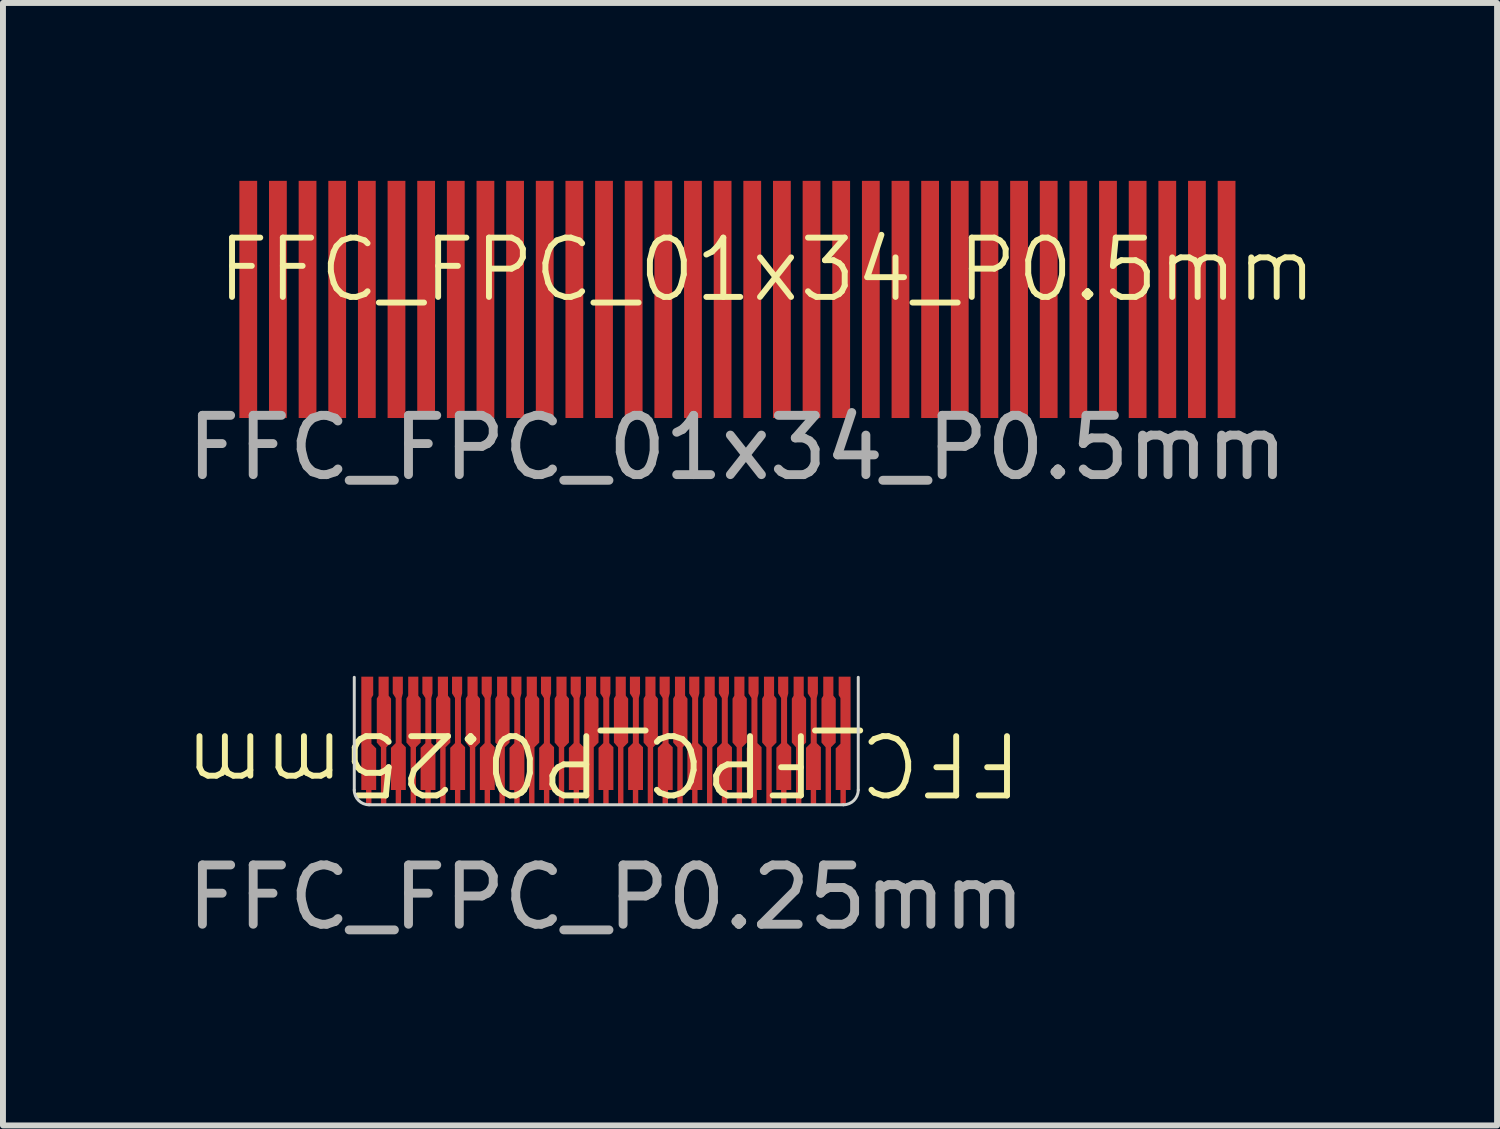
<source format=kicad_pcb>
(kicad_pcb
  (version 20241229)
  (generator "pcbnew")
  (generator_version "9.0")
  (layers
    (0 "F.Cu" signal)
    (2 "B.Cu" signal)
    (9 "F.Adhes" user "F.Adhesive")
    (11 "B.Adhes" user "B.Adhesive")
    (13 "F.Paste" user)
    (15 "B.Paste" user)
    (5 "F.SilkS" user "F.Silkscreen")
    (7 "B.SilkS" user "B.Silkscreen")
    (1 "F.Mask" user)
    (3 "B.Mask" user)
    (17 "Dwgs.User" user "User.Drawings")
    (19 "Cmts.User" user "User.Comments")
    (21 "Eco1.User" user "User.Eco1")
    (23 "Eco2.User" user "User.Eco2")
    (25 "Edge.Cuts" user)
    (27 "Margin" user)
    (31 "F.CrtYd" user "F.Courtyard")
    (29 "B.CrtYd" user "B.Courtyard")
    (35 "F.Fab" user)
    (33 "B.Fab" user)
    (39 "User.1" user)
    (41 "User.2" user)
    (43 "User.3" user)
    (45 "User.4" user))
  (footprint "FFC_FPC_01x34_P0.5mm"
    (layer "F.Cu")
    (at 9.387 2)
    (property "Reference" "FFC_FPC_01x34_P0.5mm" (at 0.5 -0.5 0) (unlocked yes) (layer "F.SilkS") (effects (font (size 1 1) (thickness 0.1))))
    (attr smd)
    (fp_text user "${REFERENCE}" (at 0 2.5 0) (unlocked yes) (layer "F.Fab") (effects (font (size 1 1) (thickness 0.15))))
    (pad "1" smd rect (at -8.25 0) (size 0.3 4) (layers "F.Cu" "F.Mask" "F.Paste"))
    (pad "2" smd rect (at -7.75 0) (size 0.3 4) (layers "F.Cu" "F.Mask" "F.Paste"))
    (pad "3" smd rect (at -7.25 0) (size 0.3 4) (layers "F.Cu" "F.Mask" "F.Paste"))
    (pad "4" smd rect (at -6.75 0) (size 0.3 4) (layers "F.Cu" "F.Mask" "F.Paste"))
    (pad "5" smd rect (at -6.25 0) (size 0.3 4) (layers "F.Cu" "F.Mask" "F.Paste"))
    (pad "6" smd rect (at -5.75 0) (size 0.3 4) (layers "F.Cu" "F.Mask" "F.Paste"))
    (pad "7" smd rect (at -5.25 0) (size 0.3 4) (layers "F.Cu" "F.Mask" "F.Paste"))
    (pad "8" smd rect (at -4.75 0) (size 0.3 4) (layers "F.Cu" "F.Mask" "F.Paste"))
    (pad "9" smd rect (at -4.25 0) (size 0.3 4) (layers "F.Cu" "F.Mask" "F.Paste"))
    (pad "10" smd rect (at -3.75 0) (size 0.3 4) (layers "F.Cu" "F.Mask" "F.Paste"))
    (pad "11" smd rect (at -3.25 0) (size 0.3 4) (layers "F.Cu" "F.Mask" "F.Paste"))
    (pad "12" smd rect (at -2.75 0) (size 0.3 4) (layers "F.Cu" "F.Mask" "F.Paste"))
    (pad "13" smd rect (at -2.25 0) (size 0.3 4) (layers "F.Cu" "F.Mask" "F.Paste"))
    (pad "14" smd rect (at -1.75 0) (size 0.3 4) (layers "F.Cu" "F.Mask" "F.Paste"))
    (pad "15" smd rect (at -1.25 0) (size 0.3 4) (layers "F.Cu" "F.Mask" "F.Paste"))
    (pad "16" smd rect (at -0.75 0) (size 0.3 4) (layers "F.Cu" "F.Mask" "F.Paste"))
    (pad "17" smd rect (at -0.25 0) (size 0.3 4) (layers "F.Cu" "F.Mask" "F.Paste"))
    (pad "18" smd rect (at 0.25 0) (size 0.3 4) (layers "F.Cu" "F.Mask" "F.Paste"))
    (pad "19" smd rect (at 0.75 0) (size 0.3 4) (layers "F.Cu" "F.Mask" "F.Paste"))
    (pad "20" smd rect (at 1.25 0) (size 0.3 4) (layers "F.Cu" "F.Mask" "F.Paste"))
    (pad "21" smd rect (at 1.75 0) (size 0.3 4) (layers "F.Cu" "F.Mask" "F.Paste"))
    (pad "22" smd rect (at 2.25 0) (size 0.3 4) (layers "F.Cu" "F.Mask" "F.Paste"))
    (pad "23" smd rect (at 2.75 0) (size 0.3 4) (layers "F.Cu" "F.Mask" "F.Paste"))
    (pad "24" smd rect (at 3.25 0) (size 0.3 4) (layers "F.Cu" "F.Mask" "F.Paste"))
    (pad "25" smd rect (at 3.75 0) (size 0.3 4) (layers "F.Cu" "F.Mask" "F.Paste"))
    (pad "26" smd rect (at 4.25 0) (size 0.3 4) (layers "F.Cu" "F.Mask" "F.Paste"))
    (pad "27" smd rect (at 4.75 0) (size 0.3 4) (layers "F.Cu" "F.Mask" "F.Paste"))
    (pad "28" smd rect (at 5.25 0) (size 0.3 4) (layers "F.Cu" "F.Mask" "F.Paste"))
    (pad "29" smd rect (at 5.75 0) (size 0.3 4) (layers "F.Cu" "F.Mask" "F.Paste"))
    (pad "30" smd rect (at 6.25 0) (size 0.3 4) (layers "F.Cu" "F.Mask" "F.Paste"))
    (pad "31" smd rect (at 6.75 0) (size 0.3 4) (layers "F.Cu" "F.Mask" "F.Paste"))
    (pad "32" smd rect (at 7.25 0) (size 0.3 4) (layers "F.Cu" "F.Mask" "F.Paste"))
    (pad "33" smd rect (at 7.75 0) (size 0.3 4) (layers "F.Cu" "F.Mask" "F.Paste"))
    (pad "34" smd rect (at 8.25 0) (size 0.3 4) (layers "F.Cu" "F.Mask" "F.Paste")))
  (footprint "FFC_FPC_P0.25mm"
    (layer "F.Cu")
    (at 7.173 9.583)
    (property "Reference" "FFC_FPC_P0.25mm" (at -0.049 0.24 180) (unlocked yes) (layer "F.SilkS") (effects (font (size 1 1) (thickness 0.1))))
    (attr smd)
    (fp_line (start -4.248 0.69) (end -4.248 -1.21) (stroke (width 0.05) (type default)) (layer "Edge.Cuts"))
    (fp_line (start 4.002 0.94) (end -3.998 0.94) (stroke (width 0.05) (type default)) (layer "Edge.Cuts"))
    (fp_line (start 4.252 0.69) (end 4.252 -1.21) (stroke (width 0.05) (type default)) (layer "Edge.Cuts"))
    (fp_arc (start -3.9985 0.940208) (mid -4.175277 0.866985) (end -4.2485 0.690208) (stroke (width 0.05) (type default)) (layer "Edge.Cuts"))
    (fp_arc (start 4.2515 0.690208) (mid 4.178277 0.866985) (end 4.0015 0.940208) (stroke (width 0.05) (type default)) (layer "Edge.Cuts"))
    (fp_text user "${REFERENCE}" (at 0 2.5 0) (unlocked yes) (layer "F.Fab") (effects (font (size 1 1) (thickness 0.15))))
    (pad "1" smd custom (at -4.024 -1.11 180) (size 0.15 0.2) (layers "F.Cu" "F.Mask" "F.Paste") (options (anchor rect)) (primitives (gr_poly (pts (xy -0.065 -1.02) (xy -0.065 -0.25) (xy -0.095 -0.2) (xy -0.095 0.11) (xy 0.105 0.11) (xy 0.105 -1.8) (xy 0.025 -1.8) (xy 0.025 -2.05) (xy -0.065 -2.05) (xy -0.065 -1.8) (xy -0.145 -1.8) (xy -0.145 -1.1)) (width 0.001) (fill yes))))
    (pad "2" smd custom (at -3.753 -1.115 180) (size 0.17 0.21) (layers "F.Cu" "F.Mask" "F.Paste") (options (anchor rect)) (primitives (gr_poly (pts (xy 0.115 -1.005) (xy 0.115 -0.265) (xy 0.085 -0.215) (xy 0.085 0.105) (xy -0.085 0.105) (xy -0.085 -0.215) (xy -0.125 -0.265) (xy -0.125 -1.005) (xy -0.045 -1.085) (xy -0.045 -2.055) (xy 0.045 -2.055) (xy 0.045 -1.085)) (width 0.001) (fill yes))))
    (pad "3" smd custom (at -3.514 -1.115 180) (size 0.17 0.21) (layers "F.Cu" "F.Mask" "F.Paste") (options (anchor rect)) (primitives (gr_poly (pts (xy -0.055 -2.055) (xy 0.035 -2.055) (xy 0.035 -1.805) (xy 0.115 -1.805) (xy 0.115 -1.095) (xy 0.035 -1.015) (xy 0.035 -0.255) (xy 0.085 -0.175) (xy 0.085 0.105) (xy -0.085 0.105) (xy -0.085 -0.175) (xy -0.065 -0.255) (xy -0.065 -1.015) (xy -0.135 -1.085) (xy -0.135 -1.805) (xy -0.055 -1.805)) (width 0.001) (fill yes))))
    (pad "4" smd custom (at -3.253 -1.14 180) (size 0.17 0.16) (layers "F.Cu" "F.Mask" "F.Paste") (options (anchor rect)) (primitives (gr_poly (pts (xy 0.115 -1.03) (xy 0.115 -0.29) (xy 0.085 -0.24) (xy 0.085 0.08) (xy -0.085 0.08) (xy -0.085 -0.24) (xy -0.125 -0.29) (xy -0.125 -1.03) (xy -0.045 -1.11) (xy -0.045 -2.08) (xy 0.045 -2.08) (xy 0.045 -1.11)) (width 0.001) (fill yes))))
    (pad "5" smd custom (at -3.014 -1.14 180) (size 0.17 0.16) (layers "F.Cu" "F.Mask" "F.Paste") (options (anchor rect)) (primitives (gr_poly (pts (xy -0.055 -2.08) (xy 0.035 -2.08) (xy 0.035 -1.83) (xy 0.115 -1.83) (xy 0.115 -1.12) (xy 0.035 -1.04) (xy 0.035 -0.28) (xy 0.085 -0.2) (xy 0.085 0.08) (xy -0.085 0.08) (xy -0.085 -0.2) (xy -0.065 -0.28) (xy -0.065 -1.04) (xy -0.135 -1.11) (xy -0.135 -1.83) (xy -0.055 -1.83)) (width 0.001) (fill yes))))
    (pad "6" smd custom (at -2.753 -1.06 180) (size 0.17 0.32) (layers "F.Cu" "F.Mask" "F.Paste") (options (anchor rect)) (primitives (gr_poly (pts (xy 0.115 -0.95) (xy 0.115 -0.21) (xy 0.085 -0.16) (xy 0.085 0.16) (xy -0.085 0.16) (xy -0.085 -0.16) (xy -0.125 -0.21) (xy -0.125 -0.95) (xy -0.045 -1.03) (xy -0.045 -2) (xy 0.045 -2) (xy 0.045 -1.03)) (width 0.001) (fill yes))))
    (pad "7" smd custom (at -2.514 -1.14 180) (size 0.17 0.16) (layers "F.Cu" "F.Mask" "F.Paste") (options (anchor rect)) (primitives (gr_poly (pts (xy -0.055 -2.08) (xy 0.035 -2.08) (xy 0.035 -1.83) (xy 0.115 -1.83) (xy 0.115 -1.12) (xy 0.035 -1.04) (xy 0.035 -0.28) (xy 0.085 -0.2) (xy 0.085 0.08) (xy -0.085 0.08) (xy -0.085 -0.2) (xy -0.065 -0.28) (xy -0.065 -1.04) (xy -0.135 -1.11) (xy -0.135 -1.83) (xy -0.055 -1.83)) (width 0.001) (fill yes))))
    (pad "8" smd custom (at -2.253 -1.115 180) (size 0.17 0.21) (layers "F.Cu" "F.Mask" "F.Paste") (options (anchor rect)) (primitives (gr_poly (pts (xy 0.115 -1.005) (xy 0.115 -0.265) (xy 0.085 -0.215) (xy 0.085 0.105) (xy -0.085 0.105) (xy -0.085 -0.215) (xy -0.125 -0.265) (xy -0.125 -1.005) (xy -0.045 -1.085) (xy -0.045 -2.055) (xy 0.045 -2.055) (xy 0.045 -1.085)) (width 0.001) (fill yes))))
    (pad "9" smd custom (at -2.014 -1.115 180) (size 0.17 0.21) (layers "F.Cu" "F.Mask" "F.Paste") (options (anchor rect)) (primitives (gr_poly (pts (xy -0.055 -2.055) (xy 0.035 -2.055) (xy 0.035 -1.805) (xy 0.115 -1.805) (xy 0.115 -1.095) (xy 0.035 -1.015) (xy 0.035 -0.255) (xy 0.085 -0.175) (xy 0.085 0.105) (xy -0.085 0.105) (xy -0.085 -0.175) (xy -0.065 -0.255) (xy -0.065 -1.015) (xy -0.135 -1.085) (xy -0.135 -1.805) (xy -0.055 -1.805)) (width 0.001) (fill yes))))
    (pad "10" smd custom (at -1.754 -1.115 180) (size 0.17 0.21) (layers "F.Cu" "F.Mask" "F.Paste") (options (anchor rect)) (primitives (gr_poly (pts (xy 0.115 -1.005) (xy 0.115 -0.265) (xy 0.085 -0.215) (xy 0.085 0.105) (xy -0.085 0.105) (xy -0.085 -0.215) (xy -0.125 -0.265) (xy -0.125 -1.005) (xy -0.045 -1.085) (xy -0.045 -2.055) (xy 0.045 -2.055) (xy 0.045 -1.085)) (width 0.001) (fill yes))))
    (pad "11" smd custom (at -1.514 -1.115 180) (size 0.17 0.21) (layers "F.Cu" "F.Mask" "F.Paste") (options (anchor rect)) (primitives (gr_poly (pts (xy -0.055 -2.055) (xy 0.035 -2.055) (xy 0.035 -1.805) (xy 0.115 -1.805) (xy 0.115 -1.095) (xy 0.035 -1.015) (xy 0.035 -0.255) (xy 0.085 -0.175) (xy 0.085 0.105) (xy -0.085 0.105) (xy -0.085 -0.175) (xy -0.065 -0.255) (xy -0.065 -1.015) (xy -0.135 -1.085) (xy -0.135 -1.805) (xy -0.055 -1.805)) (width 0.001) (fill yes))))
    (pad "12" smd custom (at -1.254 -1.115 180) (size 0.17 0.21) (layers "F.Cu" "F.Mask" "F.Paste") (options (anchor rect)) (primitives (gr_poly (pts (xy 0.115 -1.005) (xy 0.115 -0.265) (xy 0.085 -0.215) (xy 0.085 0.105) (xy -0.085 0.105) (xy -0.085 -0.215) (xy -0.125 -0.265) (xy -0.125 -1.005) (xy -0.045 -1.085) (xy -0.045 -2.055) (xy 0.045 -2.055) (xy 0.045 -1.085)) (width 0.001) (fill yes))))
    (pad "13" smd custom (at -1.014 -1.14 180) (size 0.17 0.16) (layers "F.Cu" "F.Mask" "F.Paste") (options (anchor rect)) (primitives (gr_poly (pts (xy -0.055 -2.08) (xy 0.035 -2.08) (xy 0.035 -1.83) (xy 0.115 -1.83) (xy 0.115 -1.12) (xy 0.035 -1.04) (xy 0.035 -0.28) (xy 0.085 -0.2) (xy 0.085 0.08) (xy -0.085 0.08) (xy -0.085 -0.2) (xy -0.065 -0.28) (xy -0.065 -1.04) (xy -0.135 -1.11) (xy -0.135 -1.83) (xy -0.055 -1.83)) (width 0.001) (fill yes))))
    (pad "14" smd custom (at -0.753 -1.115 180) (size 0.17 0.21) (layers "F.Cu" "F.Mask" "F.Paste") (options (anchor rect)) (primitives (gr_poly (pts (xy 0.115 -1.005) (xy 0.115 -0.265) (xy 0.085 -0.215) (xy 0.085 0.105) (xy -0.085 0.105) (xy -0.085 -0.215) (xy -0.125 -0.265) (xy -0.125 -1.005) (xy -0.045 -1.085) (xy -0.045 -2.055) (xy 0.045 -2.055) (xy 0.045 -1.085)) (width 0.001) (fill yes))))
    (pad "15" smd custom (at -0.513 -1.115 180) (size 0.17 0.21) (layers "F.Cu" "F.Mask" "F.Paste") (options (anchor rect)) (primitives (gr_poly (pts (xy -0.055 -2.055) (xy 0.035 -2.055) (xy 0.035 -1.805) (xy 0.115 -1.805) (xy 0.115 -1.095) (xy 0.035 -1.015) (xy 0.035 -0.255) (xy 0.085 -0.175) (xy 0.085 0.105) (xy -0.085 0.105) (xy -0.085 -0.175) (xy -0.065 -0.255) (xy -0.065 -1.015) (xy -0.135 -1.085) (xy -0.135 -1.805) (xy -0.055 -1.805)) (width 0.001) (fill yes))))
    (pad "16" smd custom (at -0.254 -1.115 180) (size 0.17 0.21) (layers "F.Cu" "F.Mask" "F.Paste") (options (anchor rect)) (primitives (gr_poly (pts (xy 0.115 -1.005) (xy 0.115 -0.265) (xy 0.085 -0.215) (xy 0.085 0.105) (xy -0.085 0.105) (xy -0.085 -0.215) (xy -0.125 -0.265) (xy -0.125 -1.005) (xy -0.045 -1.085) (xy -0.045 -2.055) (xy 0.045 -2.055) (xy 0.045 -1.085)) (width 0.001) (fill yes))))
    (pad "17" smd custom (at -0.013 -1.115 180) (size 0.17 0.21) (layers "F.Cu" "F.Mask" "F.Paste") (options (anchor rect)) (primitives (gr_poly (pts (xy -0.055 -2.055) (xy 0.035 -2.055) (xy 0.035 -1.805) (xy 0.115 -1.805) (xy 0.115 -1.095) (xy 0.035 -1.015) (xy 0.035 -0.255) (xy 0.085 -0.175) (xy 0.085 0.105) (xy -0.085 0.105) (xy -0.085 -0.175) (xy -0.065 -0.255) (xy -0.065 -1.015) (xy -0.135 -1.085) (xy -0.135 -1.805) (xy -0.055 -1.805)) (width 0.001) (fill yes))))
    (pad "18" smd custom (at 0.246 -1.115 180) (size 0.17 0.21) (layers "F.Cu" "F.Mask" "F.Paste") (options (anchor rect)) (primitives (gr_poly (pts (xy 0.115 -1.005) (xy 0.115 -0.265) (xy 0.085 -0.215) (xy 0.085 0.105) (xy -0.085 0.105) (xy -0.085 -0.215) (xy -0.125 -0.265) (xy -0.125 -1.005) (xy -0.045 -1.085) (xy -0.045 -2.055) (xy 0.045 -2.055) (xy 0.045 -1.085)) (width 0.001) (fill yes))))
    (pad "19" smd custom (at 0.486 -1.115 180) (size 0.17 0.21) (layers "F.Cu" "F.Mask" "F.Paste") (options (anchor rect)) (primitives (gr_poly (pts (xy -0.055 -2.055) (xy 0.035 -2.055) (xy 0.035 -1.805) (xy 0.115 -1.805) (xy 0.115 -1.095) (xy 0.035 -1.015) (xy 0.035 -0.255) (xy 0.085 -0.175) (xy 0.085 0.105) (xy -0.085 0.105) (xy -0.085 -0.175) (xy -0.065 -0.255) (xy -0.065 -1.015) (xy -0.135 -1.085) (xy -0.135 -1.805) (xy -0.055 -1.805)) (width 0.001) (fill yes))))
    (pad "20" smd custom (at 0.747 -1.115 180) (size 0.17 0.21) (layers "F.Cu" "F.Mask" "F.Paste") (options (anchor rect)) (primitives (gr_poly (pts (xy 0.115 -1.005) (xy 0.115 -0.265) (xy 0.085 -0.215) (xy 0.085 0.105) (xy -0.085 0.105) (xy -0.085 -0.215) (xy -0.125 -0.265) (xy -0.125 -1.005) (xy -0.045 -1.085) (xy -0.045 -2.055) (xy 0.045 -2.055) (xy 0.045 -1.085)) (width 0.001) (fill yes))))
    (pad "21" smd custom (at 0.987 -1.115 180) (size 0.17 0.21) (layers "F.Cu" "F.Mask" "F.Paste") (options (anchor rect)) (primitives (gr_poly (pts (xy -0.055 -2.055) (xy 0.035 -2.055) (xy 0.035 -1.805) (xy 0.115 -1.805) (xy 0.115 -1.095) (xy 0.035 -1.015) (xy 0.035 -0.255) (xy 0.085 -0.175) (xy 0.085 0.105) (xy -0.085 0.105) (xy -0.085 -0.175) (xy -0.065 -0.255) (xy -0.065 -1.015) (xy -0.135 -1.085) (xy -0.135 -1.805) (xy -0.055 -1.805)) (width 0.001) (fill yes))))
    (pad "22" smd custom (at 1.246 -1.115 180) (size 0.17 0.21) (layers "F.Cu" "F.Mask" "F.Paste") (options (anchor rect)) (primitives (gr_poly (pts (xy 0.115 -1.005) (xy 0.115 -0.265) (xy 0.085 -0.215) (xy 0.085 0.105) (xy -0.085 0.105) (xy -0.085 -0.215) (xy -0.125 -0.265) (xy -0.125 -1.005) (xy -0.045 -1.085) (xy -0.045 -2.055) (xy 0.045 -2.055) (xy 0.045 -1.085)) (width 0.001) (fill yes))))
    (pad "23" smd custom (at 1.486 -1.115 180) (size 0.17 0.21) (layers "F.Cu" "F.Mask" "F.Paste") (options (anchor rect)) (primitives (gr_poly (pts (xy -0.055 -2.055) (xy 0.035 -2.055) (xy 0.035 -1.805) (xy 0.115 -1.805) (xy 0.115 -1.095) (xy 0.035 -1.015) (xy 0.035 -0.255) (xy 0.085 -0.175) (xy 0.085 0.105) (xy -0.085 0.105) (xy -0.085 -0.175) (xy -0.065 -0.255) (xy -0.065 -1.015) (xy -0.135 -1.085) (xy -0.135 -1.805) (xy -0.055 -1.805)) (width 0.001) (fill yes))))
    (pad "24" smd custom (at 1.746 -1.115 180) (size 0.17 0.21) (layers "F.Cu" "F.Mask" "F.Paste") (options (anchor rect)) (primitives (gr_poly (pts (xy 0.115 -1.005) (xy 0.115 -0.265) (xy 0.085 -0.215) (xy 0.085 0.105) (xy -0.085 0.105) (xy -0.085 -0.215) (xy -0.125 -0.265) (xy -0.125 -1.005) (xy -0.045 -1.085) (xy -0.045 -2.055) (xy 0.045 -2.055) (xy 0.045 -1.085)) (width 0.001) (fill yes))))
    (pad "25" smd custom (at 1.986 -1.115 180) (size 0.17 0.21) (layers "F.Cu" "F.Mask" "F.Paste") (options (anchor rect)) (primitives (gr_poly (pts (xy -0.055 -2.055) (xy 0.035 -2.055) (xy 0.035 -1.805) (xy 0.115 -1.805) (xy 0.115 -1.095) (xy 0.035 -1.015) (xy 0.035 -0.255) (xy 0.085 -0.175) (xy 0.085 0.105) (xy -0.085 0.105) (xy -0.085 -0.175) (xy -0.065 -0.255) (xy -0.065 -1.015) (xy -0.135 -1.085) (xy -0.135 -1.805) (xy -0.055 -1.805)) (width 0.001) (fill yes))))
    (pad "26" smd custom (at 2.247 -1.115 180) (size 0.17 0.21) (layers "F.Cu" "F.Mask" "F.Paste") (options (anchor rect)) (primitives (gr_poly (pts (xy 0.115 -1.005) (xy 0.115 -0.265) (xy 0.085 -0.215) (xy 0.085 0.105) (xy -0.085 0.105) (xy -0.085 -0.215) (xy -0.125 -0.265) (xy -0.125 -1.005) (xy -0.045 -1.085) (xy -0.045 -2.055) (xy 0.045 -2.055) (xy 0.045 -1.085)) (width 0.001) (fill yes))))
    (pad "27" smd custom (at 2.486 -1.115 180) (size 0.17 0.21) (layers "F.Cu" "F.Mask" "F.Paste") (options (anchor rect)) (primitives (gr_poly (pts (xy -0.055 -2.055) (xy 0.035 -2.055) (xy 0.035 -1.805) (xy 0.115 -1.805) (xy 0.115 -1.095) (xy 0.035 -1.015) (xy 0.035 -0.255) (xy 0.085 -0.175) (xy 0.085 0.105) (xy -0.085 0.105) (xy -0.085 -0.175) (xy -0.065 -0.255) (xy -0.065 -1.015) (xy -0.135 -1.085) (xy -0.135 -1.805) (xy -0.055 -1.805)) (width 0.001) (fill yes))))
    (pad "28" smd custom (at 2.747 -1.115 180) (size 0.17 0.21) (layers "F.Cu" "F.Mask" "F.Paste") (options (anchor rect)) (primitives (gr_poly (pts (xy 0.115 -1.005) (xy 0.115 -0.265) (xy 0.085 -0.215) (xy 0.085 0.105) (xy -0.085 0.105) (xy -0.085 -0.215) (xy -0.125 -0.265) (xy -0.125 -1.005) (xy -0.045 -1.085) (xy -0.045 -2.055) (xy 0.045 -2.055) (xy 0.045 -1.085)) (width 0.001) (fill yes))))
    (pad "29" smd custom (at 2.986 -1.115 180) (size 0.17 0.21) (layers "F.Cu" "F.Mask" "F.Paste") (options (anchor rect)) (primitives (gr_poly (pts (xy -0.055 -2.055) (xy 0.035 -2.055) (xy 0.035 -1.805) (xy 0.115 -1.805) (xy 0.115 -1.095) (xy 0.035 -1.015) (xy 0.035 -0.255) (xy 0.085 -0.175) (xy 0.085 0.105) (xy -0.085 0.105) (xy -0.085 -0.175) (xy -0.065 -0.255) (xy -0.065 -1.015) (xy -0.135 -1.085) (xy -0.135 -1.805) (xy -0.055 -1.805)) (width 0.001) (fill yes))))
    (pad "30" smd custom (at 3.247 -1.14 180) (size 0.17 0.16) (layers "F.Cu" "F.Mask" "F.Paste") (options (anchor rect)) (primitives (gr_poly (pts (xy 0.115 -1.03) (xy 0.115 -0.29) (xy 0.085 -0.24) (xy 0.085 0.08) (xy -0.085 0.08) (xy -0.085 -0.24) (xy -0.125 -0.29) (xy -0.125 -1.03) (xy -0.045 -1.11) (xy -0.045 -2.08) (xy 0.045 -2.08) (xy 0.045 -1.11)) (width 0.001) (fill yes))))
    (pad "31" smd custom (at 3.486 -1.115 180) (size 0.17 0.21) (layers "F.Cu" "F.Mask" "F.Paste") (options (anchor rect)) (primitives (gr_poly (pts (xy -0.055 -2.055) (xy 0.035 -2.055) (xy 0.035 -1.805) (xy 0.115 -1.805) (xy 0.115 -1.095) (xy 0.035 -1.015) (xy 0.035 -0.255) (xy 0.085 -0.175) (xy 0.085 0.105) (xy -0.085 0.105) (xy -0.085 -0.175) (xy -0.065 -0.255) (xy -0.065 -1.015) (xy -0.135 -1.085) (xy -0.135 -1.805) (xy -0.055 -1.805)) (width 0.001) (fill yes))))
    (pad "32" smd custom (at 3.747 -1.115 180) (size 0.17 0.21) (layers "F.Cu" "F.Mask" "F.Paste") (options (anchor rect)) (primitives (gr_poly (pts (xy 0.115 -1.005) (xy 0.115 -0.265) (xy 0.085 -0.215) (xy 0.085 0.105) (xy -0.085 0.105) (xy -0.085 -0.215) (xy -0.125 -0.265) (xy -0.125 -1.005) (xy -0.045 -1.085) (xy -0.045 -2.055) (xy 0.045 -2.055) (xy 0.045 -1.085)) (width 0.001) (fill yes))))
    (pad "33" smd custom (at 4.037 -1.115 180) (size 0.17 0.21) (layers "F.Cu" "F.Mask" "F.Paste") (options (anchor rect)) (primitives (gr_poly (pts (xy 0.085 -1.025) (xy 0.085 -0.255) (xy 0.115 -0.205) (xy 0.115 0.105) (xy -0.085 0.105) (xy -0.085 -1.805) (xy -0.005 -1.805) (xy -0.005 -2.055) (xy 0.085 -2.055) (xy 0.085 -1.805) (xy 0.165 -1.805) (xy 0.165 -1.105)) (width 0.001) (fill yes)))))
  (gr_rect
    (start -3 -3)
    (end 22.199 15.931)
    (stroke (width 0.1) (type default))
    (fill no)
    (layer "Edge.Cuts")))
</source>
